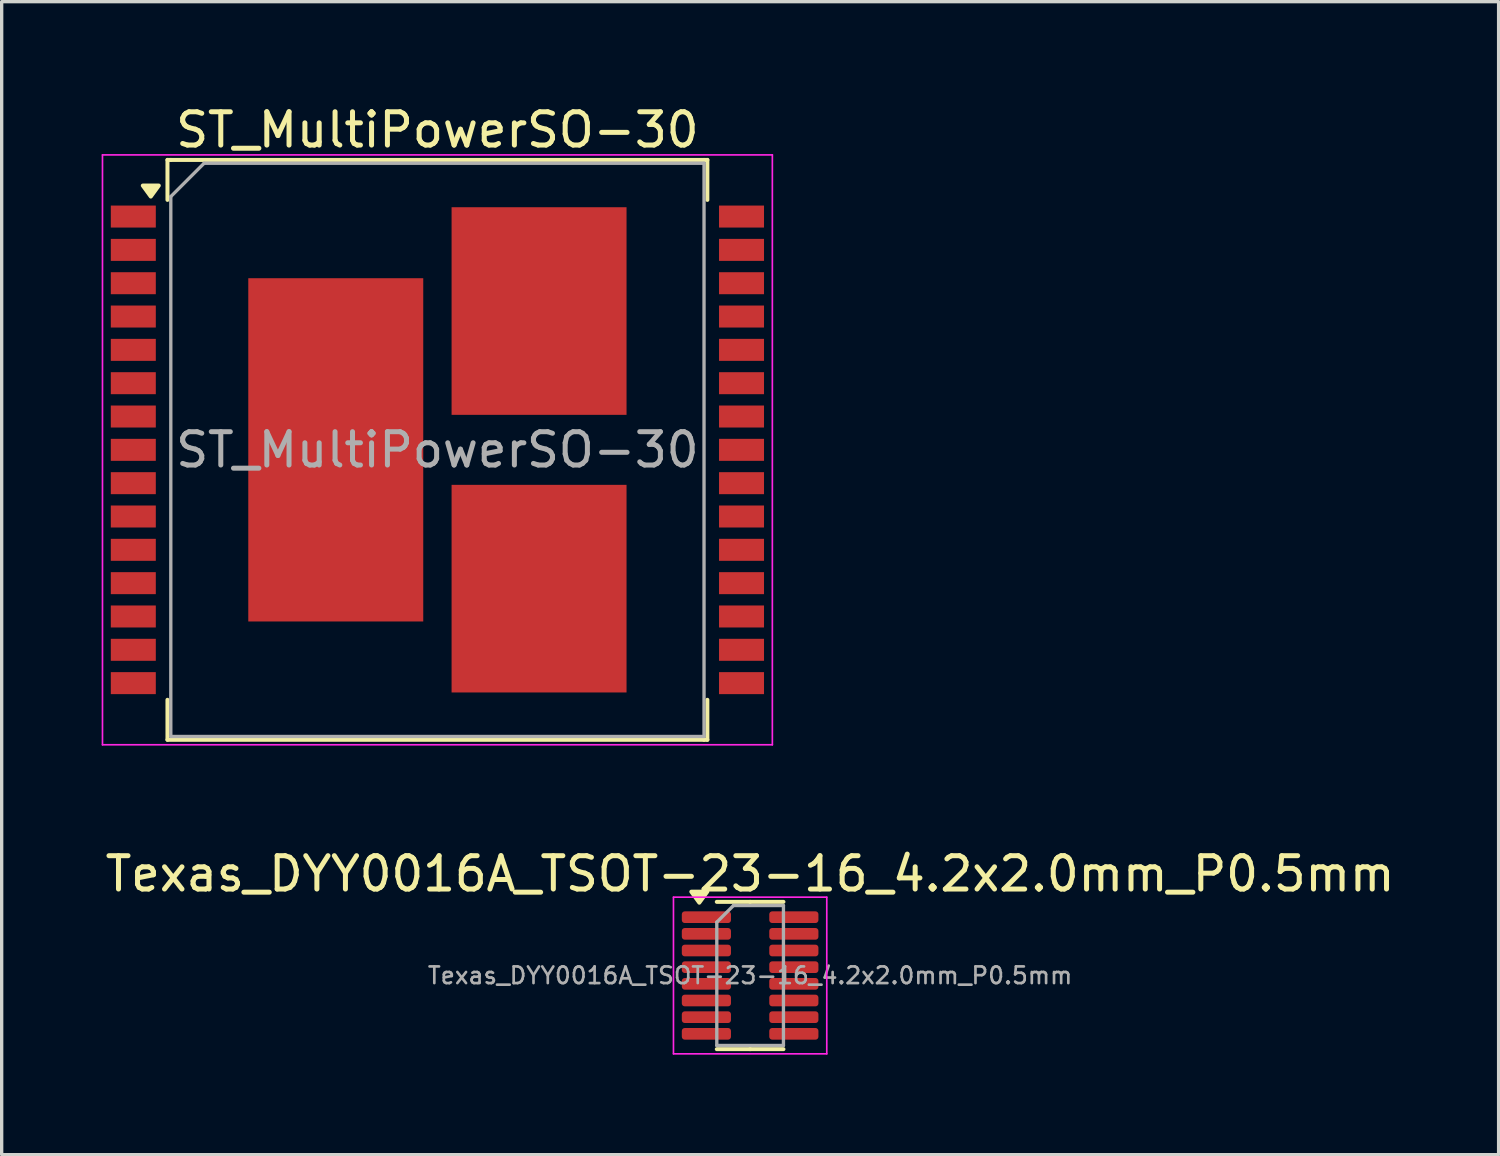
<source format=kicad_pcb>
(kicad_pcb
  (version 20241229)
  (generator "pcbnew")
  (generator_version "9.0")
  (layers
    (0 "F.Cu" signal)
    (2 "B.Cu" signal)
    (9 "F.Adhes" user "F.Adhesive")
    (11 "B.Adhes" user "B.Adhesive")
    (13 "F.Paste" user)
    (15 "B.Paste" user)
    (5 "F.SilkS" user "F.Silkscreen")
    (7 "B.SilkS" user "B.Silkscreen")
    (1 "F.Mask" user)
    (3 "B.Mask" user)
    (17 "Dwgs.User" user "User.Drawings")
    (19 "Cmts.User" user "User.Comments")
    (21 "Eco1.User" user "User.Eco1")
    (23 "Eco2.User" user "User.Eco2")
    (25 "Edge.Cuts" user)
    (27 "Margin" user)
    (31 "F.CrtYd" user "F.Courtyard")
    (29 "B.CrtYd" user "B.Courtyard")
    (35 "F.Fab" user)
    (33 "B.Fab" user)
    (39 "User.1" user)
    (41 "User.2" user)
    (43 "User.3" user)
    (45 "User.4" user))
  (footprint "ST_MultiPowerSO-30"
    (layer "F.Cu")
    (at 10.075 10.448)
    (property "Reference" "ST_MultiPowerSO-30" (at 0 -9.6 0) (layer "F.SilkS") (effects (font (size 1 1) (thickness 0.15))))
    (attr smd)
    (fp_line (start -8.1 -8.7) (end -8.1 -7.5) (stroke (width 0.12) (type solid)) (layer "F.SilkS"))
    (fp_line (start -8.1 8.7) (end -8.1 7.5) (stroke (width 0.12) (type solid)) (layer "F.SilkS"))
    (fp_line (start -8 -8.7) (end -8.1 -8.7) (stroke (width 0.12) (type solid)) (layer "F.SilkS"))
    (fp_line (start 8 -8.7) (end -8 -8.7) (stroke (width 0.12) (type solid)) (layer "F.SilkS"))
    (fp_line (start 8 -8.7) (end 8.1 -8.7) (stroke (width 0.12) (type solid)) (layer "F.SilkS"))
    (fp_line (start 8 8.7) (end -8.1 8.7) (stroke (width 0.12) (type solid)) (layer "F.SilkS"))
    (fp_line (start 8 8.7) (end 8.1 8.7) (stroke (width 0.12) (type solid)) (layer "F.SilkS"))
    (fp_line (start 8.1 -8.7) (end 8.1 -7.5) (stroke (width 0.12) (type solid)) (layer "F.SilkS"))
    (fp_line (start 8.1 8.7) (end 8.1 7.5) (stroke (width 0.12) (type solid)) (layer "F.SilkS"))
    (fp_poly (pts (xy -8.6 -7.6) (xy -8.84 -7.93) (xy -8.36 -7.93) (xy -8.6 -7.6)) (stroke (width 0.12) (type solid)) (fill yes) (layer "F.SilkS"))
    (fp_line (start -10.05 -8.85) (end -10.05 8.85) (stroke (width 0.05) (type solid)) (layer "F.CrtYd"))
    (fp_line (start -10.05 -8.85) (end 10.05 -8.85) (stroke (width 0.05) (type solid)) (layer "F.CrtYd"))
    (fp_line (start 10.05 8.85) (end -10.05 8.85) (stroke (width 0.05) (type solid)) (layer "F.CrtYd"))
    (fp_line (start 10.05 8.85) (end 10.05 -8.85) (stroke (width 0.05) (type solid)) (layer "F.CrtYd"))
    (fp_line (start -8 -7.6) (end -8 8.6) (stroke (width 0.1) (type solid)) (layer "F.Fab"))
    (fp_line (start -8 8.6) (end 8 8.6) (stroke (width 0.1) (type solid)) (layer "F.Fab"))
    (fp_line (start -7 -8.6) (end -8 -7.6) (stroke (width 0.1) (type solid)) (layer "F.Fab"))
    (fp_line (start 8 -8.6) (end -7 -8.6) (stroke (width 0.1) (type solid)) (layer "F.Fab"))
    (fp_line (start 8 8.6) (end 8 -8.6) (stroke (width 0.1) (type solid)) (layer "F.Fab"))
    (fp_text user "${REFERENCE}" (at 0 0 0) (layer "F.Fab") (effects (font (size 1 1) (thickness 0.15))))
    (pad "1" smd rect (at -9.125 -7 270) (size 0.66 1.35) (layers "F.Cu" "F.Mask" "F.Paste"))
    (pad "2" smd rect (at -9.125 -6 270) (size 0.66 1.35) (layers "F.Cu" "F.Mask" "F.Paste"))
    (pad "3" smd rect (at -9.125 -5 270) (size 0.66 1.35) (layers "F.Cu" "F.Mask" "F.Paste"))
    (pad "4" smd rect (at -9.125 -4 270) (size 0.66 1.35) (layers "F.Cu" "F.Mask" "F.Paste"))
    (pad "5" smd rect (at -9.125 -3 270) (size 0.66 1.35) (layers "F.Cu" "F.Mask" "F.Paste"))
    (pad "6" smd rect (at -9.125 -2 270) (size 0.66 1.35) (layers "F.Cu" "F.Mask" "F.Paste"))
    (pad "7" smd rect (at -9.125 -1 270) (size 0.66 1.35) (layers "F.Cu" "F.Mask" "F.Paste"))
    (pad "8" smd rect (at -9.125 0 270) (size 0.66 1.35) (layers "F.Cu" "F.Mask" "F.Paste"))
    (pad "9" smd rect (at -9.125 1 270) (size 0.66 1.35) (layers "F.Cu" "F.Mask" "F.Paste"))
    (pad "10" smd rect (at -9.125 2 270) (size 0.66 1.35) (layers "F.Cu" "F.Mask" "F.Paste"))
    (pad "11" smd rect (at -9.125 3 270) (size 0.66 1.35) (layers "F.Cu" "F.Mask" "F.Paste"))
    (pad "12" smd rect (at -9.125 4 270) (size 0.66 1.35) (layers "F.Cu" "F.Mask" "F.Paste"))
    (pad "13" smd rect (at -9.125 5 270) (size 0.66 1.35) (layers "F.Cu" "F.Mask" "F.Paste"))
    (pad "14" smd rect (at -9.125 6 270) (size 0.66 1.35) (layers "F.Cu" "F.Mask" "F.Paste"))
    (pad "15" smd rect (at -9.125 7 270) (size 0.66 1.35) (layers "F.Cu" "F.Mask" "F.Paste"))
    (pad "16" smd rect (at 9.125 7 270) (size 0.66 1.35) (layers "F.Cu" "F.Mask" "F.Paste"))
    (pad "17" smd rect (at 9.125 6 270) (size 0.66 1.35) (layers "F.Cu" "F.Mask" "F.Paste"))
    (pad "18" smd rect (at 9.125 5 270) (size 0.66 1.35) (layers "F.Cu" "F.Mask" "F.Paste"))
    (pad "19" smd rect (at 9.125 4 270) (size 0.66 1.35) (layers "F.Cu" "F.Mask" "F.Paste"))
    (pad "20" smd rect (at 9.125 3 270) (size 0.66 1.35) (layers "F.Cu" "F.Mask" "F.Paste"))
    (pad "21" smd rect (at 9.125 2 270) (size 0.66 1.35) (layers "F.Cu" "F.Mask" "F.Paste"))
    (pad "22" smd rect (at 9.125 1 270) (size 0.66 1.35) (layers "F.Cu" "F.Mask" "F.Paste"))
    (pad "23" smd rect (at 9.125 0 270) (size 0.66 1.35) (layers "F.Cu" "F.Mask" "F.Paste"))
    (pad "24" smd rect (at 9.125 -1 270) (size 0.66 1.35) (layers "F.Cu" "F.Mask" "F.Paste"))
    (pad "25" smd rect (at 9.125 -2 270) (size 0.66 1.35) (layers "F.Cu" "F.Mask" "F.Paste"))
    (pad "26" smd rect (at 9.125 -3 270) (size 0.66 1.35) (layers "F.Cu" "F.Mask" "F.Paste"))
    (pad "27" smd rect (at 9.125 -4 270) (size 0.66 1.35) (layers "F.Cu" "F.Mask" "F.Paste"))
    (pad "28" smd rect (at 9.125 -5 270) (size 0.66 1.35) (layers "F.Cu" "F.Mask" "F.Paste"))
    (pad "29" smd rect (at 9.125 -6 270) (size 0.66 1.35) (layers "F.Cu" "F.Mask" "F.Paste"))
    (pad "30" smd rect (at 9.125 -7 270) (size 0.66 1.35) (layers "F.Cu" "F.Mask" "F.Paste"))
    (pad "31" smd rect (at -3.05 0) (size 5.25 10.3) (layers "F.Cu" "F.Mask" "F.Paste"))
    (pad "32" smd rect (at 3.05 4.165) (size 5.25 6.23) (layers "F.Cu" "F.Mask" "F.Paste"))
    (pad "33" smd rect (at 3.05 -4.165) (size 5.25 6.23) (layers "F.Cu" "F.Mask" "F.Paste")))
  (footprint "Texas_DYY0016A_TSOT-23-16_4.2x2.0mm_P0.5mm"
    (layer "F.Cu")
    (at 19.458 26.221)
    (property "Reference" "Texas_DYY0016A_TSOT-23-16_4.2x2.0mm_P0.5mm" (at 0 -3.05 0) (layer "F.SilkS") (effects (font (size 1 1) (thickness 0.15))))
    (attr smd)
    (fp_line (start 0 -2.21) (end -1 -2.21) (stroke (width 0.12) (type solid)) (layer "F.SilkS"))
    (fp_line (start 0 -2.21) (end 1 -2.21) (stroke (width 0.12) (type solid)) (layer "F.SilkS"))
    (fp_line (start 0 2.21) (end -1 2.21) (stroke (width 0.12) (type solid)) (layer "F.SilkS"))
    (fp_line (start 0 2.21) (end 1 2.21) (stroke (width 0.12) (type solid)) (layer "F.SilkS"))
    (fp_poly (pts (xy -1.525 -2.185) (xy -1.765 -2.515) (xy -1.285 -2.515) (xy -1.525 -2.185)) (stroke (width 0.12) (type solid)) (fill yes) (layer "F.SilkS"))
    (fp_line (start -2.3 -2.35) (end -2.3 2.35) (stroke (width 0.05) (type solid)) (layer "F.CrtYd"))
    (fp_line (start -2.3 2.35) (end 2.3 2.35) (stroke (width 0.05) (type solid)) (layer "F.CrtYd"))
    (fp_line (start 2.3 -2.35) (end -2.3 -2.35) (stroke (width 0.05) (type solid)) (layer "F.CrtYd"))
    (fp_line (start 2.3 2.35) (end 2.3 -2.35) (stroke (width 0.05) (type solid)) (layer "F.CrtYd"))
    (fp_line (start -1 -1.6) (end -0.5 -2.1) (stroke (width 0.1) (type solid)) (layer "F.Fab"))
    (fp_line (start -1 2.1) (end -1 -1.6) (stroke (width 0.1) (type solid)) (layer "F.Fab"))
    (fp_line (start -0.5 -2.1) (end 1 -2.1) (stroke (width 0.1) (type solid)) (layer "F.Fab"))
    (fp_line (start 1 -2.1) (end 1 2.1) (stroke (width 0.1) (type solid)) (layer "F.Fab"))
    (fp_line (start 1 2.1) (end -1 2.1) (stroke (width 0.1) (type solid)) (layer "F.Fab"))
    (fp_text user "${REFERENCE}" (at 0 0 0) (layer "F.Fab") (effects (font (size 0.5 0.5) (thickness 0.08))))
    (pad "1" smd roundrect (at -1.312 -1.75) (size 1.475 0.35) (layers "F.Cu" "F.Mask" "F.Paste") (roundrect_rratio 0.25))
    (pad "2" smd roundrect (at -1.312 -1.25) (size 1.475 0.35) (layers "F.Cu" "F.Mask" "F.Paste") (roundrect_rratio 0.25))
    (pad "3" smd roundrect (at -1.312 -0.75) (size 1.475 0.35) (layers "F.Cu" "F.Mask" "F.Paste") (roundrect_rratio 0.25))
    (pad "4" smd roundrect (at -1.312 -0.25) (size 1.475 0.35) (layers "F.Cu" "F.Mask" "F.Paste") (roundrect_rratio 0.25))
    (pad "5" smd roundrect (at -1.312 0.25) (size 1.475 0.35) (layers "F.Cu" "F.Mask" "F.Paste") (roundrect_rratio 0.25))
    (pad "6" smd roundrect (at -1.312 0.75) (size 1.475 0.35) (layers "F.Cu" "F.Mask" "F.Paste") (roundrect_rratio 0.25))
    (pad "7" smd roundrect (at -1.312 1.25) (size 1.475 0.35) (layers "F.Cu" "F.Mask" "F.Paste") (roundrect_rratio 0.25))
    (pad "8" smd roundrect (at -1.312 1.75) (size 1.475 0.35) (layers "F.Cu" "F.Mask" "F.Paste") (roundrect_rratio 0.25))
    (pad "9" smd roundrect (at 1.312 1.75) (size 1.475 0.35) (layers "F.Cu" "F.Mask" "F.Paste") (roundrect_rratio 0.25))
    (pad "10" smd roundrect (at 1.312 1.25) (size 1.475 0.35) (layers "F.Cu" "F.Mask" "F.Paste") (roundrect_rratio 0.25))
    (pad "11" smd roundrect (at 1.312 0.75) (size 1.475 0.35) (layers "F.Cu" "F.Mask" "F.Paste") (roundrect_rratio 0.25))
    (pad "12" smd roundrect (at 1.312 0.25) (size 1.475 0.35) (layers "F.Cu" "F.Mask" "F.Paste") (roundrect_rratio 0.25))
    (pad "13" smd roundrect (at 1.312 -0.25) (size 1.475 0.35) (layers "F.Cu" "F.Mask" "F.Paste") (roundrect_rratio 0.25))
    (pad "14" smd roundrect (at 1.312 -0.75) (size 1.475 0.35) (layers "F.Cu" "F.Mask" "F.Paste") (roundrect_rratio 0.25))
    (pad "15" smd roundrect (at 1.312 -1.25) (size 1.475 0.35) (layers "F.Cu" "F.Mask" "F.Paste") (roundrect_rratio 0.25))
    (pad "16" smd roundrect (at 1.312 -1.75) (size 1.475 0.35) (layers "F.Cu" "F.Mask" "F.Paste") (roundrect_rratio 0.25)))
  (gr_rect
    (start -3 -3)
    (end 41.917 31.596)
    (stroke (width 0.1) (type default))
    (fill no)
    (layer "Edge.Cuts")))
</source>
